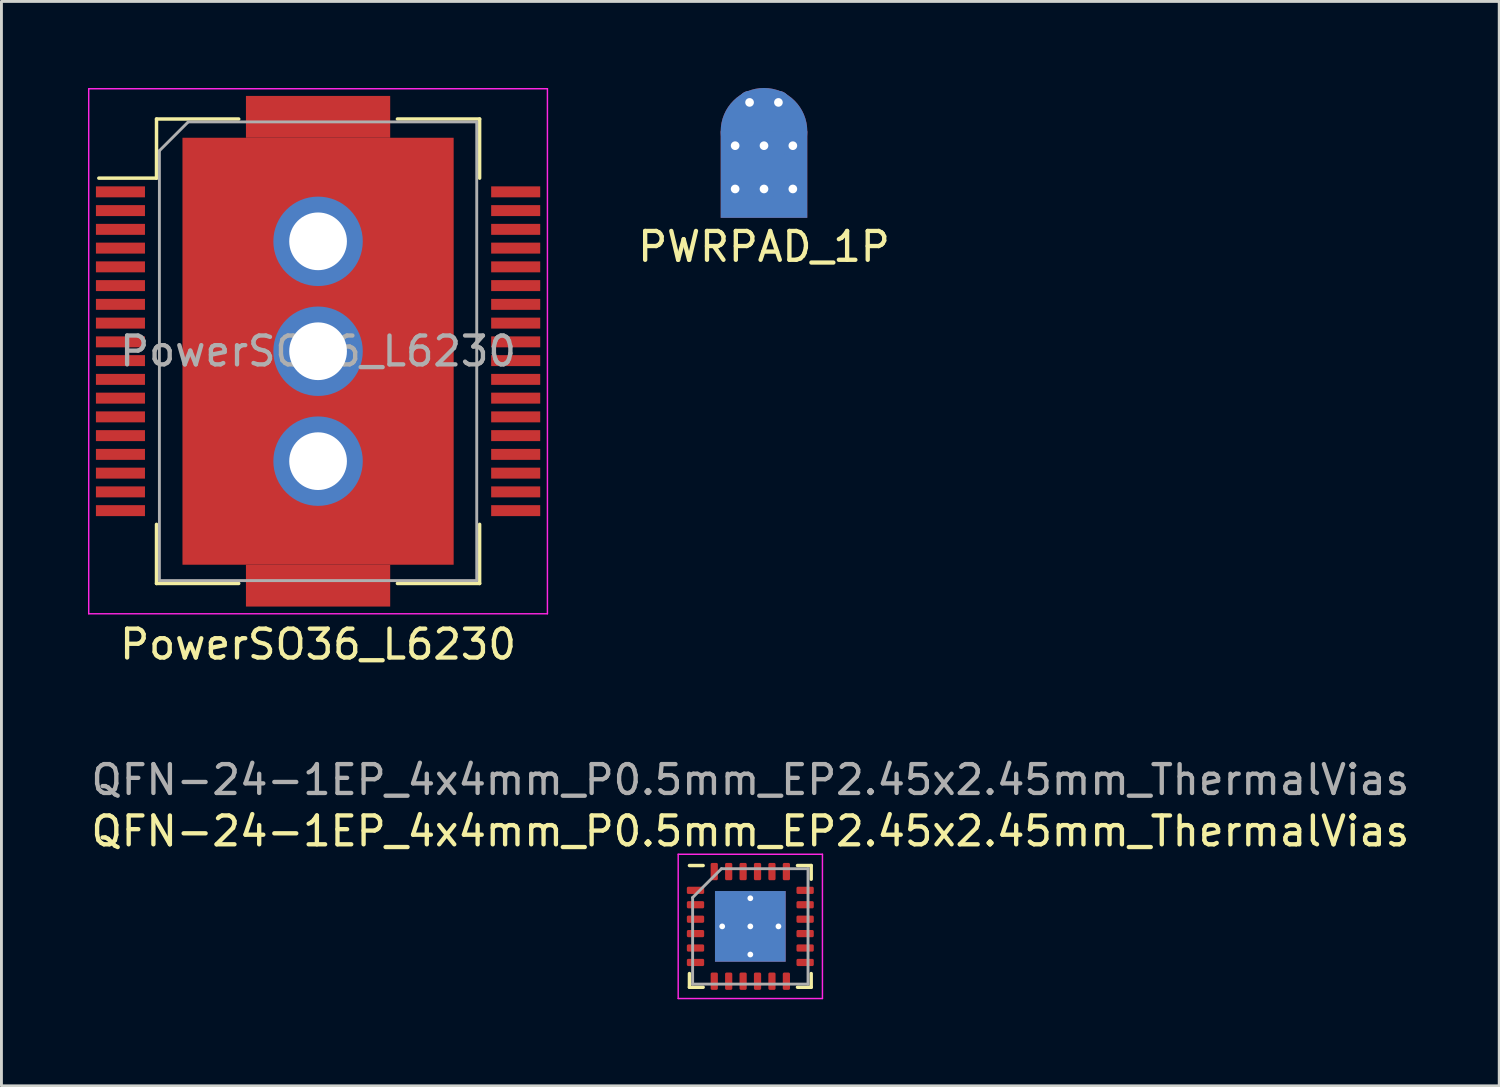
<source format=kicad_pcb>
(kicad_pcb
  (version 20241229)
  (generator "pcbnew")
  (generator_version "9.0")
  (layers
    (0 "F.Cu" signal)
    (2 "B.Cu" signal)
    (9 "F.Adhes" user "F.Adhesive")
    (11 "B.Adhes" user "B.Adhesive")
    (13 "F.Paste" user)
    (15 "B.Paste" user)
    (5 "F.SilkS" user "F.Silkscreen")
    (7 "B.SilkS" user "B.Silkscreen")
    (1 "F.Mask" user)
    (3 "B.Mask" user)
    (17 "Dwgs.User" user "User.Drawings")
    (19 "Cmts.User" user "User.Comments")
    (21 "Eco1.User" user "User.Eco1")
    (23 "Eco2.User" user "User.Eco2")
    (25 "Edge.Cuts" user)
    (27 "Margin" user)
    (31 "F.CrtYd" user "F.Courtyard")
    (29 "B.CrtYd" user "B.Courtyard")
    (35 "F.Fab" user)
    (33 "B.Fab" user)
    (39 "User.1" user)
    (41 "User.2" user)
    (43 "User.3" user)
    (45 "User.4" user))
  (footprint "PowerSO36_L6230"
    (layer "F.Cu")
    (at 7.975 9.125)
    (property "Reference" "PowerSO36_L6230" (at 0 10.16 0) (layer "F.SilkS") (effects (font (size 1 1) (thickness 0.15))))
    (attr through_hole)
    (fp_line (start -5.6 -8.05) (end -5.6 -6) (stroke (width 0.12) (type solid)) (layer "F.SilkS"))
    (fp_line (start -5.6 -6) (end -7.6 -6) (stroke (width 0.12) (type solid)) (layer "F.SilkS"))
    (fp_line (start -5.6 8.05) (end -5.6 6) (stroke (width 0.12) (type solid)) (layer "F.SilkS"))
    (fp_line (start -2.75 -8.05) (end -5.6 -8.05) (stroke (width 0.12) (type solid)) (layer "F.SilkS"))
    (fp_line (start -2.75 8.05) (end -5.6 8.05) (stroke (width 0.12) (type solid)) (layer "F.SilkS"))
    (fp_line (start 5.6 -8.05) (end 2.75 -8.05) (stroke (width 0.12) (type solid)) (layer "F.SilkS"))
    (fp_line (start 5.6 -8.05) (end 5.6 -6) (stroke (width 0.12) (type solid)) (layer "F.SilkS"))
    (fp_line (start 5.6 8.05) (end 2.75 8.05) (stroke (width 0.12) (type solid)) (layer "F.SilkS"))
    (fp_line (start 5.6 8.05) (end 5.6 6) (stroke (width 0.12) (type solid)) (layer "F.SilkS"))
    (fp_line (start -7.95 -9.1) (end -7.95 9.1) (stroke (width 0.05) (type solid)) (layer "F.CrtYd"))
    (fp_line (start -7.95 -9.1) (end 7.95 -9.1) (stroke (width 0.05) (type solid)) (layer "F.CrtYd"))
    (fp_line (start 7.95 9.1) (end -7.95 9.1) (stroke (width 0.05) (type solid)) (layer "F.CrtYd"))
    (fp_line (start 7.95 9.1) (end 7.95 -9.1) (stroke (width 0.05) (type solid)) (layer "F.CrtYd"))
    (fp_line (start -5.5 -6.95) (end -5.5 7.95) (stroke (width 0.1) (type solid)) (layer "F.Fab"))
    (fp_line (start -5.5 7.95) (end 5.5 7.95) (stroke (width 0.1) (type solid)) (layer "F.Fab"))
    (fp_line (start -4.5 -7.95) (end -5.5 -6.95) (stroke (width 0.1) (type solid)) (layer "F.Fab"))
    (fp_line (start 5.5 -7.95) (end -4.5 -7.95) (stroke (width 0.1) (type solid)) (layer "F.Fab"))
    (fp_line (start 5.5 7.95) (end 5.5 -7.95) (stroke (width 0.1) (type solid)) (layer "F.Fab"))
    (fp_text user "${REFERENCE}" (at 0 0 0) (layer "F.Fab") (effects (font (size 1 1) (thickness 0.15))))
    (pad "1" smd rect (at -6.85 -5.525) (size 1.7 0.38) (layers "F.Cu" "F.Mask" "F.Paste"))
    (pad "2" smd rect (at -6.85 -4.875) (size 1.7 0.38) (layers "F.Cu" "F.Mask" "F.Paste"))
    (pad "3" smd rect (at -6.85 -4.225) (size 1.7 0.38) (layers "F.Cu" "F.Mask" "F.Paste"))
    (pad "4" smd rect (at -6.85 -3.575) (size 1.7 0.38) (layers "F.Cu" "F.Mask" "F.Paste"))
    (pad "5" smd rect (at -6.85 -2.925) (size 1.7 0.38) (layers "F.Cu" "F.Mask" "F.Paste"))
    (pad "6" smd rect (at -6.85 -2.275) (size 1.7 0.38) (layers "F.Cu" "F.Mask" "F.Paste"))
    (pad "7" smd rect (at -6.85 -1.625) (size 1.7 0.38) (layers "F.Cu" "F.Mask" "F.Paste"))
    (pad "8" smd rect (at -6.85 -0.975) (size 1.7 0.38) (layers "F.Cu" "F.Mask" "F.Paste"))
    (pad "9" smd rect (at -6.85 -0.325) (size 1.7 0.38) (layers "F.Cu" "F.Mask" "F.Paste"))
    (pad "10" smd rect (at -6.85 0.325) (size 1.7 0.38) (layers "F.Cu" "F.Mask" "F.Paste"))
    (pad "11" smd rect (at -6.85 0.975) (size 1.7 0.38) (layers "F.Cu" "F.Mask" "F.Paste"))
    (pad "12" smd rect (at -6.85 1.625) (size 1.7 0.38) (layers "F.Cu" "F.Mask" "F.Paste"))
    (pad "13" smd rect (at -6.85 2.275) (size 1.7 0.38) (layers "F.Cu" "F.Mask" "F.Paste"))
    (pad "14" smd rect (at -6.85 2.925) (size 1.7 0.38) (layers "F.Cu" "F.Mask" "F.Paste"))
    (pad "15" smd rect (at -6.85 3.575) (size 1.7 0.38) (layers "F.Cu" "F.Mask" "F.Paste"))
    (pad "16" smd rect (at -6.85 4.225) (size 1.7 0.38) (layers "F.Cu" "F.Mask" "F.Paste"))
    (pad "17" smd rect (at -6.85 4.875) (size 1.7 0.38) (layers "F.Cu" "F.Mask" "F.Paste"))
    (pad "18" smd rect (at -6.85 5.525) (size 1.7 0.38) (layers "F.Cu" "F.Mask" "F.Paste"))
    (pad "19" smd rect (at 6.85 5.525) (size 1.7 0.38) (layers "F.Cu" "F.Mask" "F.Paste"))
    (pad "20" smd rect (at 6.85 4.875) (size 1.7 0.38) (layers "F.Cu" "F.Mask" "F.Paste"))
    (pad "21" smd rect (at 6.85 4.225) (size 1.7 0.38) (layers "F.Cu" "F.Mask" "F.Paste"))
    (pad "22" smd rect (at 6.85 3.575) (size 1.7 0.38) (layers "F.Cu" "F.Mask" "F.Paste"))
    (pad "23" smd rect (at 6.85 2.925) (size 1.7 0.38) (layers "F.Cu" "F.Mask" "F.Paste"))
    (pad "24" smd rect (at 6.85 2.275) (size 1.7 0.38) (layers "F.Cu" "F.Mask" "F.Paste"))
    (pad "25" smd rect (at 6.85 1.625) (size 1.7 0.38) (layers "F.Cu" "F.Mask" "F.Paste"))
    (pad "26" smd rect (at 6.85 0.975) (size 1.7 0.38) (layers "F.Cu" "F.Mask" "F.Paste"))
    (pad "27" smd rect (at 6.85 0.325) (size 1.7 0.38) (layers "F.Cu" "F.Mask" "F.Paste"))
    (pad "28" smd rect (at 6.85 -0.325) (size 1.7 0.38) (layers "F.Cu" "F.Mask" "F.Paste"))
    (pad "29" smd rect (at 6.85 -0.975) (size 1.7 0.38) (layers "F.Cu" "F.Mask" "F.Paste"))
    (pad "30" smd rect (at 6.85 -1.625) (size 1.7 0.38) (layers "F.Cu" "F.Mask" "F.Paste"))
    (pad "31" smd rect (at 6.85 -2.275) (size 1.7 0.38) (layers "F.Cu" "F.Mask" "F.Paste"))
    (pad "32" smd rect (at 6.85 -2.925) (size 1.7 0.38) (layers "F.Cu" "F.Mask" "F.Paste"))
    (pad "33" smd rect (at 6.85 -3.575) (size 1.7 0.38) (layers "F.Cu" "F.Mask" "F.Paste"))
    (pad "34" smd rect (at 6.85 -4.225) (size 1.7 0.38) (layers "F.Cu" "F.Mask" "F.Paste"))
    (pad "35" smd rect (at 6.85 -4.875) (size 1.7 0.38) (layers "F.Cu" "F.Mask" "F.Paste"))
    (pad "36" smd rect (at 0 -8.125) (size 5 1.45) (layers "F.Cu" "F.Mask" "F.Paste"))
    (pad "36" thru_hole circle (at 0 -3.81) (size 3.1 3.1) (drill 2) (layers "*.Cu" "*.Mask"))
    (pad "36" thru_hole circle (at 0 0) (size 3.1 3.1) (drill 2) (layers "*.Cu" "*.Mask"))
    (pad "36" smd rect (at 0 0) (size 9.4 14.8) (layers "F.Cu" "F.Mask" "F.Paste"))
    (pad "36" thru_hole circle (at 0 3.81) (size 3.1 3.1) (drill 2) (layers "*.Cu" "*.Mask"))
    (pad "36" smd rect (at 0 8.125) (size 5 1.45) (layers "F.Cu" "F.Mask" "F.Paste"))
    (pad "36" smd rect (at 6.85 -5.525) (size 1.7 0.38) (layers "F.Cu" "F.Mask" "F.Paste")))
  (footprint "QFN-24-1EP_4x4mm_P0.5mm_EP2.45x2.45mm_ThermalVias"
    (layer "F.Cu")
    (at 22.958 29.061)
    (property "Reference" "QFN-24-1EP_4x4mm_P0.5mm_EP2.45x2.45mm_ThermalVias" (at 0 -3.3 0) (layer "F.SilkS") (effects (font (size 1 1) (thickness 0.15))))
    (attr smd)
    (fp_line (start -2.11 2.11) (end -2.11 1.635) (stroke (width 0.12) (type solid)) (layer "F.SilkS"))
    (fp_line (start -1.635 -2.11) (end -2.11 -2.11) (stroke (width 0.12) (type solid)) (layer "F.SilkS"))
    (fp_line (start -1.635 2.11) (end -2.11 2.11) (stroke (width 0.12) (type solid)) (layer "F.SilkS"))
    (fp_line (start 1.635 -2.11) (end 2.11 -2.11) (stroke (width 0.12) (type solid)) (layer "F.SilkS"))
    (fp_line (start 1.635 2.11) (end 2.11 2.11) (stroke (width 0.12) (type solid)) (layer "F.SilkS"))
    (fp_line (start 2.11 -2.11) (end 2.11 -1.635) (stroke (width 0.12) (type solid)) (layer "F.SilkS"))
    (fp_line (start 2.11 2.11) (end 2.11 1.635) (stroke (width 0.12) (type solid)) (layer "F.SilkS"))
    (fp_line (start -2.5 -2.5) (end -2.5 2.5) (stroke (width 0.05) (type solid)) (layer "F.CrtYd"))
    (fp_line (start -2.5 2.5) (end 2.5 2.5) (stroke (width 0.05) (type solid)) (layer "F.CrtYd"))
    (fp_line (start 2.5 -2.5) (end -2.5 -2.5) (stroke (width 0.05) (type solid)) (layer "F.CrtYd"))
    (fp_line (start 2.5 2.5) (end 2.5 -2.5) (stroke (width 0.05) (type solid)) (layer "F.CrtYd"))
    (fp_line (start -2 -1) (end -1 -2) (stroke (width 0.1) (type solid)) (layer "F.Fab"))
    (fp_line (start -2 2) (end -2 -1) (stroke (width 0.1) (type solid)) (layer "F.Fab"))
    (fp_line (start -1 -2) (end 2 -2) (stroke (width 0.1) (type solid)) (layer "F.Fab"))
    (fp_line (start 2 -2) (end 2 2) (stroke (width 0.1) (type solid)) (layer "F.Fab"))
    (fp_line (start 2 2) (end -2 2) (stroke (width 0.1) (type solid)) (layer "F.Fab"))
    (fp_text user "${REFERENCE}" (at 0 -5.08 0) (layer "F.Fab") (effects (font (size 1 1) (thickness 0.15))))
    (pad "" smd roundrect (at -0.65 -0.65) (size 1.13 1.13) (layers "F.Paste") (roundrect_rratio 0.221))
    (pad "" smd roundrect (at -0.65 0.65) (size 1.13 1.13) (layers "F.Paste") (roundrect_rratio 0.221))
    (pad "" smd roundrect (at 0.65 -0.65) (size 1.13 1.13) (layers "F.Paste") (roundrect_rratio 0.221))
    (pad "" smd roundrect (at 0.65 0.65) (size 1.13 1.13) (layers "F.Paste") (roundrect_rratio 0.221))
    (pad "1" smd roundrect (at -1.9 -1.25) (size 0.6 0.25) (layers "F.Cu" "F.Mask" "F.Paste") (roundrect_rratio 0.2))
    (pad "2" smd roundrect (at -1.9 -0.75) (size 0.6 0.25) (layers "F.Cu" "F.Mask" "F.Paste") (roundrect_rratio 0.2))
    (pad "3" smd roundrect (at -1.9 -0.25) (size 0.6 0.25) (layers "F.Cu" "F.Mask" "F.Paste") (roundrect_rratio 0.2))
    (pad "4" smd roundrect (at -1.9 0.25) (size 0.6 0.25) (layers "F.Cu" "F.Mask" "F.Paste") (roundrect_rratio 0.2))
    (pad "5" smd roundrect (at -1.9 0.75) (size 0.6 0.25) (layers "F.Cu" "F.Mask" "F.Paste") (roundrect_rratio 0.2))
    (pad "6" smd roundrect (at -1.9 1.25) (size 0.6 0.25) (layers "F.Cu" "F.Mask" "F.Paste") (roundrect_rratio 0.2))
    (pad "7" smd roundrect (at -1.25 1.9) (size 0.25 0.6) (layers "F.Cu" "F.Mask" "F.Paste") (roundrect_rratio 0.2))
    (pad "8" smd roundrect (at -0.75 1.9) (size 0.25 0.6) (layers "F.Cu" "F.Mask" "F.Paste") (roundrect_rratio 0.2))
    (pad "9" smd roundrect (at -0.25 1.9) (size 0.25 0.6) (layers "F.Cu" "F.Mask" "F.Paste") (roundrect_rratio 0.2))
    (pad "10" smd roundrect (at 0.25 1.9) (size 0.25 0.6) (layers "F.Cu" "F.Mask" "F.Paste") (roundrect_rratio 0.2))
    (pad "11" smd roundrect (at 0.75 1.9) (size 0.25 0.6) (layers "F.Cu" "F.Mask" "F.Paste") (roundrect_rratio 0.2))
    (pad "12" smd roundrect (at 1.25 1.9) (size 0.25 0.6) (layers "F.Cu" "F.Mask" "F.Paste") (roundrect_rratio 0.2))
    (pad "13" smd roundrect (at 1.9 1.25) (size 0.6 0.25) (layers "F.Cu" "F.Mask" "F.Paste") (roundrect_rratio 0.2))
    (pad "14" smd roundrect (at 1.9 0.75) (size 0.6 0.25) (layers "F.Cu" "F.Mask" "F.Paste") (roundrect_rratio 0.2))
    (pad "15" smd roundrect (at 1.9 0.25) (size 0.6 0.25) (layers "F.Cu" "F.Mask" "F.Paste") (roundrect_rratio 0.2))
    (pad "16" smd roundrect (at 1.9 -0.25) (size 0.6 0.25) (layers "F.Cu" "F.Mask" "F.Paste") (roundrect_rratio 0.2))
    (pad "17" smd roundrect (at 1.9 -0.75) (size 0.6 0.25) (layers "F.Cu" "F.Mask" "F.Paste") (roundrect_rratio 0.2))
    (pad "18" smd roundrect (at 1.9 -1.25) (size 0.6 0.25) (layers "F.Cu" "F.Mask" "F.Paste") (roundrect_rratio 0.2))
    (pad "19" smd roundrect (at 1.25 -1.9) (size 0.25 0.6) (layers "F.Cu" "F.Mask" "F.Paste") (roundrect_rratio 0.2))
    (pad "20" smd roundrect (at 0.75 -1.9) (size 0.25 0.6) (layers "F.Cu" "F.Mask" "F.Paste") (roundrect_rratio 0.2))
    (pad "21" smd roundrect (at 0.25 -1.9) (size 0.25 0.6) (layers "F.Cu" "F.Mask" "F.Paste") (roundrect_rratio 0.2))
    (pad "22" smd roundrect (at -0.25 -1.9) (size 0.25 0.6) (layers "F.Cu" "F.Mask" "F.Paste") (roundrect_rratio 0.2))
    (pad "23" smd roundrect (at -0.75 -1.9) (size 0.25 0.6) (layers "F.Cu" "F.Mask" "F.Paste") (roundrect_rratio 0.2))
    (pad "24" smd roundrect (at -1.25 -1.9) (size 0.25 0.6) (layers "F.Cu" "F.Mask" "F.Paste") (roundrect_rratio 0.2))
    (pad "25" thru_hole circle (at -0.975 0) (size 0.4 0.4) (drill 0.2) (layers "*.Cu"))
    (pad "25" thru_hole circle (at 0 -0.975) (size 0.4 0.4) (drill 0.2) (layers "*.Cu"))
    (pad "25" thru_hole circle (at 0 0) (size 0.4 0.4) (drill 0.2) (layers "*.Cu"))
    (pad "25" smd rect (at 0 0) (size 2.45 2.45) (layers "F.Cu" "F.Mask"))
    (pad "25" smd rect (at 0 0) (size 2.45 2.45) (layers "B.Cu"))
    (pad "25" thru_hole circle (at 0 0.975) (size 0.4 0.4) (drill 0.2) (layers "*.Cu"))
    (pad "25" thru_hole circle (at 0.975 0) (size 0.4 0.4) (drill 0.2) (layers "*.Cu")))
  (footprint "PWRPAD_1P"
    (layer "F.Cu")
    (at 23.432 4.5)
    (property "Reference" "PWRPAD_1P" (at 0 1 0) (layer "F.SilkS") (effects (font (size 1 1) (thickness 0.15))))
    (attr through_hole)
    (pad "1" thru_hole circle (at -1 -2.5) (size 0.8 0.8) (drill 0.3) (layers "*.Cu" "*.Mask"))
    (pad "1" thru_hole circle (at -1 -1) (size 0.8 0.8) (drill 0.3) (layers "*.Cu" "*.Mask"))
    (pad "1" thru_hole circle (at -0.5 -4) (size 0.8 0.8) (drill 0.3) (layers "*.Cu" "*.Mask"))
    (pad "1" smd circle (at 0 -3) (size 3 3) (layers "F.Cu" "F.Mask"))
    (pad "1" smd circle (at 0 -3) (size 3 3) (layers "B.Cu" "B.Mask"))
    (pad "1" thru_hole circle (at 0 -2.5) (size 0.8 0.8) (drill 0.3) (layers "*.Cu" "*.Mask"))
    (pad "1" smd rect (at 0 -1.5) (size 3 3) (layers "F.Cu" "F.Mask"))
    (pad "1" smd rect (at 0 -1.5) (size 3 3) (layers "B.Cu" "B.Mask"))
    (pad "1" thru_hole circle (at 0 -1) (size 0.8 0.8) (drill 0.3) (layers "*.Cu" "*.Mask"))
    (pad "1" thru_hole circle (at 0.5 -4) (size 0.8 0.8) (drill 0.3) (layers "*.Cu" "*.Mask"))
    (pad "1" thru_hole circle (at 1 -2.5) (size 0.8 0.8) (drill 0.3) (layers "*.Cu" "*.Mask"))
    (pad "1" thru_hole circle (at 1 -1) (size 0.8 0.8) (drill 0.3) (layers "*.Cu" "*.Mask")))
  (gr_rect
    (start -3 -3)
    (end 48.917 34.587)
    (stroke (width 0.1) (type default))
    (fill no)
    (layer "Edge.Cuts")))
</source>
